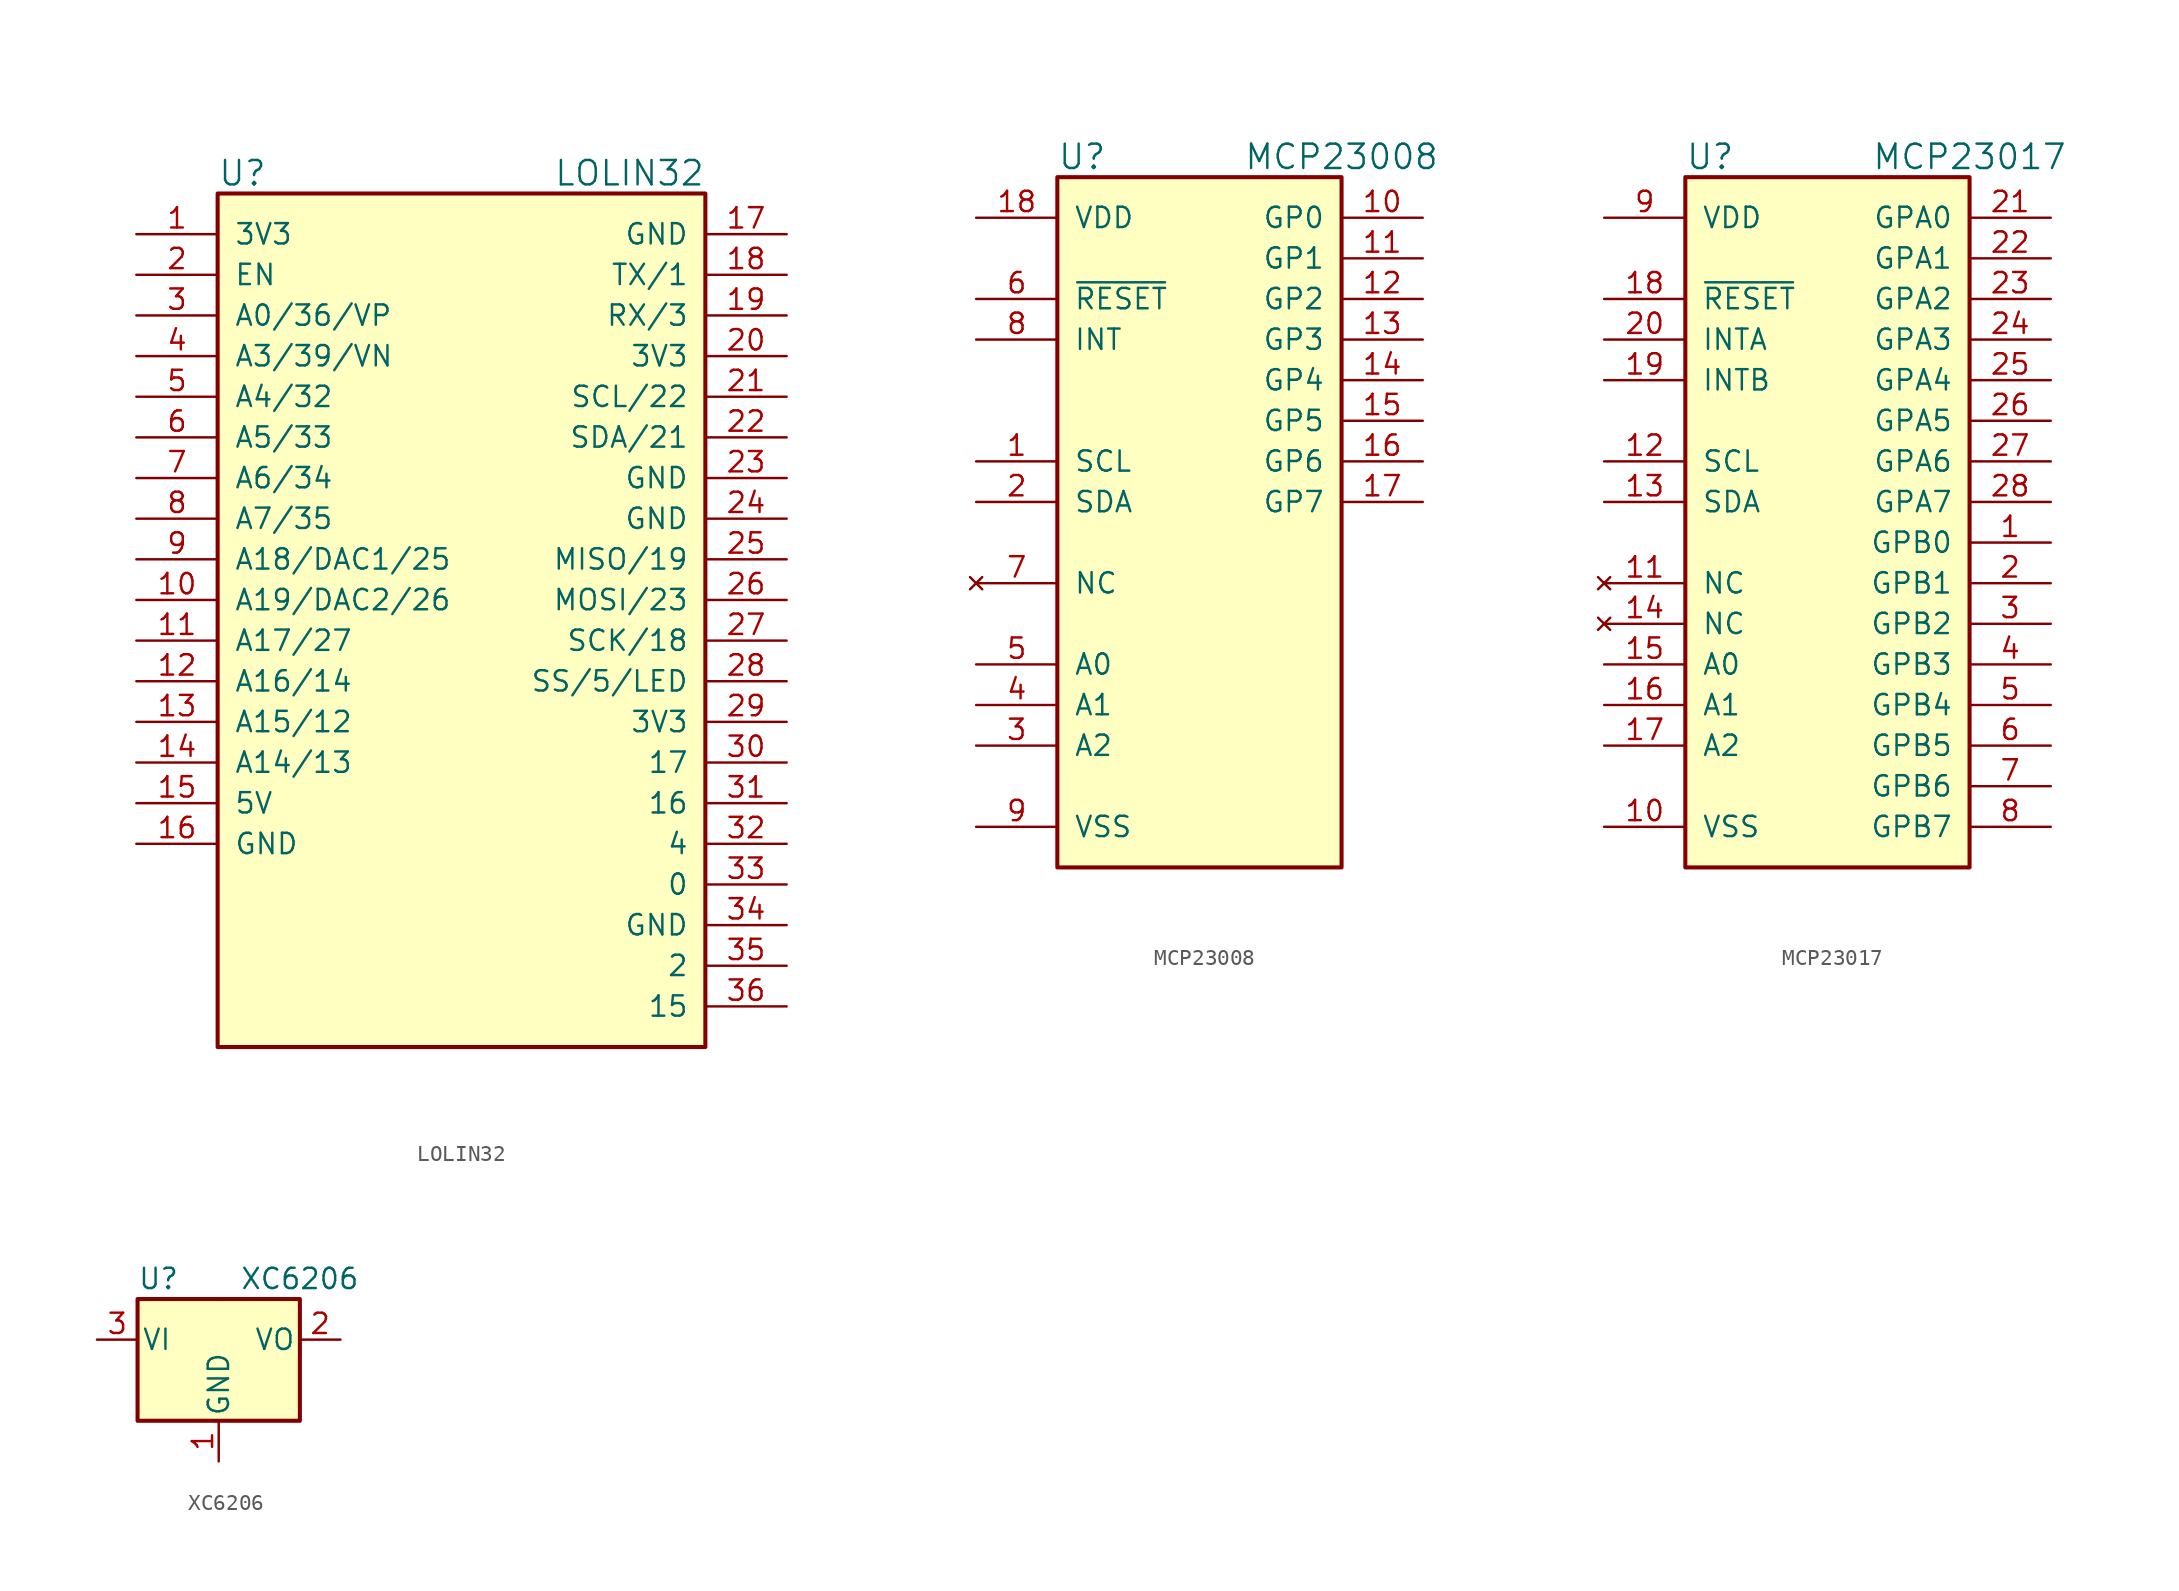
<source format=kicad_sym>
(kicad_symbol_lib
  (version 20211014)
  (generator kicad_symbol_editor)
  (symbol "LOLIN32"
    (pin_names
      (offset 1.016))
    (property "Reference" "U"
      (at -15.24 27.94 0)
      (effects (font (size 1.524 1.524)) (justify left)))
    (property "Value" "LOLIN32"
      (at 15.24 27.94 0)
      (effects (font (size 1.524 1.524)) (justify right)))
    (symbol "LOLIN32_1_1"
      (rectangle (start -15.24 26.67) (end 15.24 -26.67) (stroke (width 0.254) (type default) (color 0 0 0 0)) (fill (type background)))
      (pin power_in line (at -20.32 24.13 0) (length 5.08) (name "3V3" (effects (font (size 1.27 1.27)))) (number "1" (effects (font (size 1.27 1.27)))))
      (pin bidirectional line (at -20.32 1.27 0) (length 5.08) (name "A19/DAC2/26" (effects (font (size 1.27 1.27)))) (number "10" (effects (font (size 1.27 1.27)))))
      (pin bidirectional line (at -20.32 -1.27 0) (length 5.08) (name "A17/27" (effects (font (size 1.27 1.27)))) (number "11" (effects (font (size 1.27 1.27)))))
      (pin bidirectional line (at -20.32 -3.81 0) (length 5.08) (name "A16/14" (effects (font (size 1.27 1.27)))) (number "12" (effects (font (size 1.27 1.27)))))
      (pin bidirectional line (at -20.32 -6.35 0) (length 5.08) (name "A15/12" (effects (font (size 1.27 1.27)))) (number "13" (effects (font (size 1.27 1.27)))))
      (pin bidirectional line (at -20.32 -8.89 0) (length 5.08) (name "A14/13" (effects (font (size 1.27 1.27)))) (number "14" (effects (font (size 1.27 1.27)))))
      (pin power_in line (at -20.32 -11.43 0) (length 5.08) (name "5V" (effects (font (size 1.27 1.27)))) (number "15" (effects (font (size 1.27 1.27)))))
      (pin power_in line (at -20.32 -13.97 0) (length 5.08) (name "GND" (effects (font (size 1.27 1.27)))) (number "16" (effects (font (size 1.27 1.27)))))
      (pin power_in line (at 20.32 24.13 180) (length 5.08) (name "GND" (effects (font (size 1.27 1.27)))) (number "17" (effects (font (size 1.27 1.27)))))
      (pin bidirectional line (at 20.32 21.59 180) (length 5.08) (name "TX/1" (effects (font (size 1.27 1.27)))) (number "18" (effects (font (size 1.27 1.27)))))
      (pin bidirectional line (at 20.32 19.05 180) (length 5.08) (name "RX/3" (effects (font (size 1.27 1.27)))) (number "19" (effects (font (size 1.27 1.27)))))
      (pin bidirectional line (at -20.32 21.59 0) (length 5.08) (name "EN" (effects (font (size 1.27 1.27)))) (number "2" (effects (font (size 1.27 1.27)))))
      (pin power_in line (at 20.32 16.51 180) (length 5.08) (name "3V3" (effects (font (size 1.27 1.27)))) (number "20" (effects (font (size 1.27 1.27)))))
      (pin bidirectional line (at 20.32 13.97 180) (length 5.08) (name "SCL/22" (effects (font (size 1.27 1.27)))) (number "21" (effects (font (size 1.27 1.27)))))
      (pin bidirectional line (at 20.32 11.43 180) (length 5.08) (name "SDA/21" (effects (font (size 1.27 1.27)))) (number "22" (effects (font (size 1.27 1.27)))))
      (pin power_in line (at 20.32 8.89 180) (length 5.08) (name "GND" (effects (font (size 1.27 1.27)))) (number "23" (effects (font (size 1.27 1.27)))))
      (pin power_in line (at 20.32 6.35 180) (length 5.08) (name "GND" (effects (font (size 1.27 1.27)))) (number "24" (effects (font (size 1.27 1.27)))))
      (pin bidirectional line (at 20.32 3.81 180) (length 5.08) (name "MISO/19" (effects (font (size 1.27 1.27)))) (number "25" (effects (font (size 1.27 1.27)))))
      (pin bidirectional line (at 20.32 1.27 180) (length 5.08) (name "MOSI/23" (effects (font (size 1.27 1.27)))) (number "26" (effects (font (size 1.27 1.27)))))
      (pin bidirectional line (at 20.32 -1.27 180) (length 5.08) (name "SCK/18" (effects (font (size 1.27 1.27)))) (number "27" (effects (font (size 1.27 1.27)))))
      (pin power_in line (at 20.32 -3.81 180) (length 5.08) (name "SS/5/LED" (effects (font (size 1.27 1.27)))) (number "28" (effects (font (size 1.27 1.27)))))
      (pin power_in line (at 20.32 -6.35 180) (length 5.08) (name "3V3" (effects (font (size 1.27 1.27)))) (number "29" (effects (font (size 1.27 1.27)))))
      (pin bidirectional line (at -20.32 19.05 0) (length 5.08) (name "A0/36/VP" (effects (font (size 1.27 1.27)))) (number "3" (effects (font (size 1.27 1.27)))))
      (pin bidirectional line (at 20.32 -8.89 180) (length 5.08) (name "17" (effects (font (size 1.27 1.27)))) (number "30" (effects (font (size 1.27 1.27)))))
      (pin bidirectional line (at 20.32 -11.43 180) (length 5.08) (name "16" (effects (font (size 1.27 1.27)))) (number "31" (effects (font (size 1.27 1.27)))))
      (pin bidirectional line (at 20.32 -13.97 180) (length 5.08) (name "4" (effects (font (size 1.27 1.27)))) (number "32" (effects (font (size 1.27 1.27)))))
      (pin bidirectional line (at 20.32 -16.51 180) (length 5.08) (name "0" (effects (font (size 1.27 1.27)))) (number "33" (effects (font (size 1.27 1.27)))))
      (pin power_in line (at 20.32 -19.05 180) (length 5.08) (name "GND" (effects (font (size 1.27 1.27)))) (number "34" (effects (font (size 1.27 1.27)))))
      (pin bidirectional line (at 20.32 -21.59 180) (length 5.08) (name "2" (effects (font (size 1.27 1.27)))) (number "35" (effects (font (size 1.27 1.27)))))
      (pin bidirectional line (at 20.32 -24.13 180) (length 5.08) (name "15" (effects (font (size 1.27 1.27)))) (number "36" (effects (font (size 1.27 1.27)))))
      (pin bidirectional line (at -20.32 16.51 0) (length 5.08) (name "A3/39/VN" (effects (font (size 1.27 1.27)))) (number "4" (effects (font (size 1.27 1.27)))))
      (pin bidirectional line (at -20.32 13.97 0) (length 5.08) (name "A4/32" (effects (font (size 1.27 1.27)))) (number "5" (effects (font (size 1.27 1.27)))))
      (pin bidirectional line (at -20.32 11.43 0) (length 5.08) (name "A5/33" (effects (font (size 1.27 1.27)))) (number "6" (effects (font (size 1.27 1.27)))))
      (pin bidirectional line (at -20.32 8.89 0) (length 5.08) (name "A6/34" (effects (font (size 1.27 1.27)))) (number "7" (effects (font (size 1.27 1.27)))))
      (pin bidirectional line (at -20.32 6.35 0) (length 5.08) (name "A7/35" (effects (font (size 1.27 1.27)))) (number "8" (effects (font (size 1.27 1.27)))))
      (pin bidirectional line (at -20.32 3.81 0) (length 5.08) (name "A18/DAC1/25" (effects (font (size 1.27 1.27)))) (number "9" (effects (font (size 1.27 1.27)))))))
  (symbol "MCP23008"
    (pin_names
      (offset 1.016))
    (property "Reference" "U"
      (at -8.89 21.59 0)
      (effects (font (size 1.524 1.524)) (justify left)))
    (property "Value" "MCP23008"
      (at 8.89 21.59 0)
      (effects (font (size 1.524 1.524))))
    (property "Footprint" ""
      (at -13.97 17.78 0)
      (effects (font (size 1.524 1.524))))
    (property "Datasheet" ""
      (at -13.97 17.78 0)
      (effects (font (size 1.524 1.524))))
    (symbol "MCP23008_1_1"
      (rectangle (start -8.89 20.32) (end 8.89 -22.86) (stroke (width 0.254) (type default) (color 0 0 0 0)) (fill (type background)))
      (pin bidirectional line (at -13.97 2.54 0) (length 5.08) (name "SCL" (effects (font (size 1.27 1.27)))) (number "1" (effects (font (size 1.27 1.27)))))
      (pin bidirectional line (at 13.97 17.78 180) (length 5.08) (name "GP0" (effects (font (size 1.27 1.27)))) (number "10" (effects (font (size 1.27 1.27)))))
      (pin bidirectional line (at 13.97 15.24 180) (length 5.08) (name "GP1" (effects (font (size 1.27 1.27)))) (number "11" (effects (font (size 1.27 1.27)))))
      (pin bidirectional line (at 13.97 12.7 180) (length 5.08) (name "GP2" (effects (font (size 1.27 1.27)))) (number "12" (effects (font (size 1.27 1.27)))))
      (pin bidirectional line (at 13.97 10.16 180) (length 5.08) (name "GP3" (effects (font (size 1.27 1.27)))) (number "13" (effects (font (size 1.27 1.27)))))
      (pin bidirectional line (at 13.97 7.62 180) (length 5.08) (name "GP4" (effects (font (size 1.27 1.27)))) (number "14" (effects (font (size 1.27 1.27)))))
      (pin bidirectional line (at 13.97 5.08 180) (length 5.08) (name "GP5" (effects (font (size 1.27 1.27)))) (number "15" (effects (font (size 1.27 1.27)))))
      (pin bidirectional line (at 13.97 2.54 180) (length 5.08) (name "GP6" (effects (font (size 1.27 1.27)))) (number "16" (effects (font (size 1.27 1.27)))))
      (pin bidirectional line (at 13.97 0 180) (length 5.08) (name "GP7" (effects (font (size 1.27 1.27)))) (number "17" (effects (font (size 1.27 1.27)))))
      (pin power_in line (at -13.97 17.78 0) (length 5.08) (name "VDD" (effects (font (size 1.27 1.27)))) (number "18" (effects (font (size 1.27 1.27)))))
      (pin bidirectional line (at -13.97 0 0) (length 5.08) (name "SDA" (effects (font (size 1.27 1.27)))) (number "2" (effects (font (size 1.27 1.27)))))
      (pin bidirectional line (at -13.97 -15.24 0) (length 5.08) (name "A2" (effects (font (size 1.27 1.27)))) (number "3" (effects (font (size 1.27 1.27)))))
      (pin bidirectional line (at -13.97 -12.7 0) (length 5.08) (name "A1" (effects (font (size 1.27 1.27)))) (number "4" (effects (font (size 1.27 1.27)))))
      (pin bidirectional line (at -13.97 -10.16 0) (length 5.08) (name "A0" (effects (font (size 1.27 1.27)))) (number "5" (effects (font (size 1.27 1.27)))))
      (pin bidirectional line (at -13.97 12.7 0) (length 5.08) (name "~{RESET}" (effects (font (size 1.27 1.27)))) (number "6" (effects (font (size 1.27 1.27)))))
      (pin no_connect line (at -13.97 -5.08 0) (length 5.08) (name "NC" (effects (font (size 1.27 1.27)))) (number "7" (effects (font (size 1.27 1.27)))))
      (pin bidirectional line (at -13.97 10.16 0) (length 5.08) (name "INT" (effects (font (size 1.27 1.27)))) (number "8" (effects (font (size 1.27 1.27)))))
      (pin power_in line (at -13.97 -20.32 0) (length 5.08) (name "VSS" (effects (font (size 1.27 1.27)))) (number "9" (effects (font (size 1.27 1.27)))))))
  (symbol "MCP23017"
    (pin_names
      (offset 1.016))
    (property "Reference" "U"
      (at -8.89 21.59 0)
      (effects (font (size 1.524 1.524)) (justify left)))
    (property "Value" "MCP23017"
      (at 8.89 21.59 0)
      (effects (font (size 1.524 1.524))))
    (property "Footprint" ""
      (at -13.97 17.78 0)
      (effects (font (size 1.524 1.524))))
    (property "Datasheet" ""
      (at -13.97 17.78 0)
      (effects (font (size 1.524 1.524))))
    (symbol "MCP23017_1_1"
      (rectangle (start -8.89 20.32) (end 8.89 -22.86) (stroke (width 0.254) (type default) (color 0 0 0 0)) (fill (type background)))
      (pin bidirectional line (at 13.97 -2.54 180) (length 5.08) (name "GPB0" (effects (font (size 1.27 1.27)))) (number "1" (effects (font (size 1.27 1.27)))))
      (pin power_in line (at -13.97 -20.32 0) (length 5.08) (name "VSS" (effects (font (size 1.27 1.27)))) (number "10" (effects (font (size 1.27 1.27)))))
      (pin no_connect line (at -13.97 -5.08 0) (length 5.08) (name "NC" (effects (font (size 1.27 1.27)))) (number "11" (effects (font (size 1.27 1.27)))))
      (pin bidirectional line (at -13.97 2.54 0) (length 5.08) (name "SCL" (effects (font (size 1.27 1.27)))) (number "12" (effects (font (size 1.27 1.27)))))
      (pin bidirectional line (at -13.97 0 0) (length 5.08) (name "SDA" (effects (font (size 1.27 1.27)))) (number "13" (effects (font (size 1.27 1.27)))))
      (pin no_connect line (at -13.97 -7.62 0) (length 5.08) (name "NC" (effects (font (size 1.27 1.27)))) (number "14" (effects (font (size 1.27 1.27)))))
      (pin bidirectional line (at -13.97 -10.16 0) (length 5.08) (name "A0" (effects (font (size 1.27 1.27)))) (number "15" (effects (font (size 1.27 1.27)))))
      (pin bidirectional line (at -13.97 -12.7 0) (length 5.08) (name "A1" (effects (font (size 1.27 1.27)))) (number "16" (effects (font (size 1.27 1.27)))))
      (pin bidirectional line (at -13.97 -15.24 0) (length 5.08) (name "A2" (effects (font (size 1.27 1.27)))) (number "17" (effects (font (size 1.27 1.27)))))
      (pin bidirectional line (at -13.97 12.7 0) (length 5.08) (name "~{RESET}" (effects (font (size 1.27 1.27)))) (number "18" (effects (font (size 1.27 1.27)))))
      (pin bidirectional line (at -13.97 7.62 0) (length 5.08) (name "INTB" (effects (font (size 1.27 1.27)))) (number "19" (effects (font (size 1.27 1.27)))))
      (pin bidirectional line (at 13.97 -5.08 180) (length 5.08) (name "GPB1" (effects (font (size 1.27 1.27)))) (number "2" (effects (font (size 1.27 1.27)))))
      (pin bidirectional line (at -13.97 10.16 0) (length 5.08) (name "INTA" (effects (font (size 1.27 1.27)))) (number "20" (effects (font (size 1.27 1.27)))))
      (pin bidirectional line (at 13.97 17.78 180) (length 5.08) (name "GPA0" (effects (font (size 1.27 1.27)))) (number "21" (effects (font (size 1.27 1.27)))))
      (pin bidirectional line (at 13.97 15.24 180) (length 5.08) (name "GPA1" (effects (font (size 1.27 1.27)))) (number "22" (effects (font (size 1.27 1.27)))))
      (pin bidirectional line (at 13.97 12.7 180) (length 5.08) (name "GPA2" (effects (font (size 1.27 1.27)))) (number "23" (effects (font (size 1.27 1.27)))))
      (pin bidirectional line (at 13.97 10.16 180) (length 5.08) (name "GPA3" (effects (font (size 1.27 1.27)))) (number "24" (effects (font (size 1.27 1.27)))))
      (pin bidirectional line (at 13.97 7.62 180) (length 5.08) (name "GPA4" (effects (font (size 1.27 1.27)))) (number "25" (effects (font (size 1.27 1.27)))))
      (pin bidirectional line (at 13.97 5.08 180) (length 5.08) (name "GPA5" (effects (font (size 1.27 1.27)))) (number "26" (effects (font (size 1.27 1.27)))))
      (pin bidirectional line (at 13.97 2.54 180) (length 5.08) (name "GPA6" (effects (font (size 1.27 1.27)))) (number "27" (effects (font (size 1.27 1.27)))))
      (pin bidirectional line (at 13.97 0 180) (length 5.08) (name "GPA7" (effects (font (size 1.27 1.27)))) (number "28" (effects (font (size 1.27 1.27)))))
      (pin bidirectional line (at 13.97 -7.62 180) (length 5.08) (name "GPB2" (effects (font (size 1.27 1.27)))) (number "3" (effects (font (size 1.27 1.27)))))
      (pin bidirectional line (at 13.97 -10.16 180) (length 5.08) (name "GPB3" (effects (font (size 1.27 1.27)))) (number "4" (effects (font (size 1.27 1.27)))))
      (pin bidirectional line (at 13.97 -12.7 180) (length 5.08) (name "GPB4" (effects (font (size 1.27 1.27)))) (number "5" (effects (font (size 1.27 1.27)))))
      (pin bidirectional line (at 13.97 -15.24 180) (length 5.08) (name "GPB5" (effects (font (size 1.27 1.27)))) (number "6" (effects (font (size 1.27 1.27)))))
      (pin bidirectional line (at 13.97 -17.78 180) (length 5.08) (name "GPB6" (effects (font (size 1.27 1.27)))) (number "7" (effects (font (size 1.27 1.27)))))
      (pin bidirectional line (at 13.97 -20.32 180) (length 5.08) (name "GPB7" (effects (font (size 1.27 1.27)))) (number "8" (effects (font (size 1.27 1.27)))))
      (pin power_in line (at -13.97 17.78 0) (length 5.08) (name "VDD" (effects (font (size 1.27 1.27)))) (number "9" (effects (font (size 1.27 1.27)))))))
  (symbol "XC6206"
    (pin_names
      (offset 0.254))
    (property "Reference" "U"
      (at -5.08 5.08 0)
      (effects (font (size 1.27 1.27)) (justify left)))
    (property "Value" "XC6206"
      (at 5.08 5.08 0)
      (effects (font (size 1.27 1.27))))
    (symbol "XC6206_0_1"
      (rectangle (start -5.08 3.81) (end 5.08 -3.81) (stroke (width 0.254) (type default) (color 0 0 0 0)) (fill (type background)))
      (rectangle (start 0 3.81) (end 0 3.81) (stroke (width 0.254) (type default) (color 0 0 0 0)) (fill (type none))))
    (symbol "XC6206_1_1"
      (pin power_in line (at 0 -6.35 90) (length 2.54) (name "GND" (effects (font (size 1.27 1.27)))) (number "1" (effects (font (size 1.27 1.27)))))
      (pin power_out line (at 7.62 1.27 180) (length 2.54) (name "VO" (effects (font (size 1.27 1.27)))) (number "2" (effects (font (size 1.27 1.27)))))
      (pin power_in line (at -7.62 1.27 0) (length 2.54) (name "VI" (effects (font (size 1.27 1.27)))) (number "3" (effects (font (size 1.27 1.27))))))))
</source>
